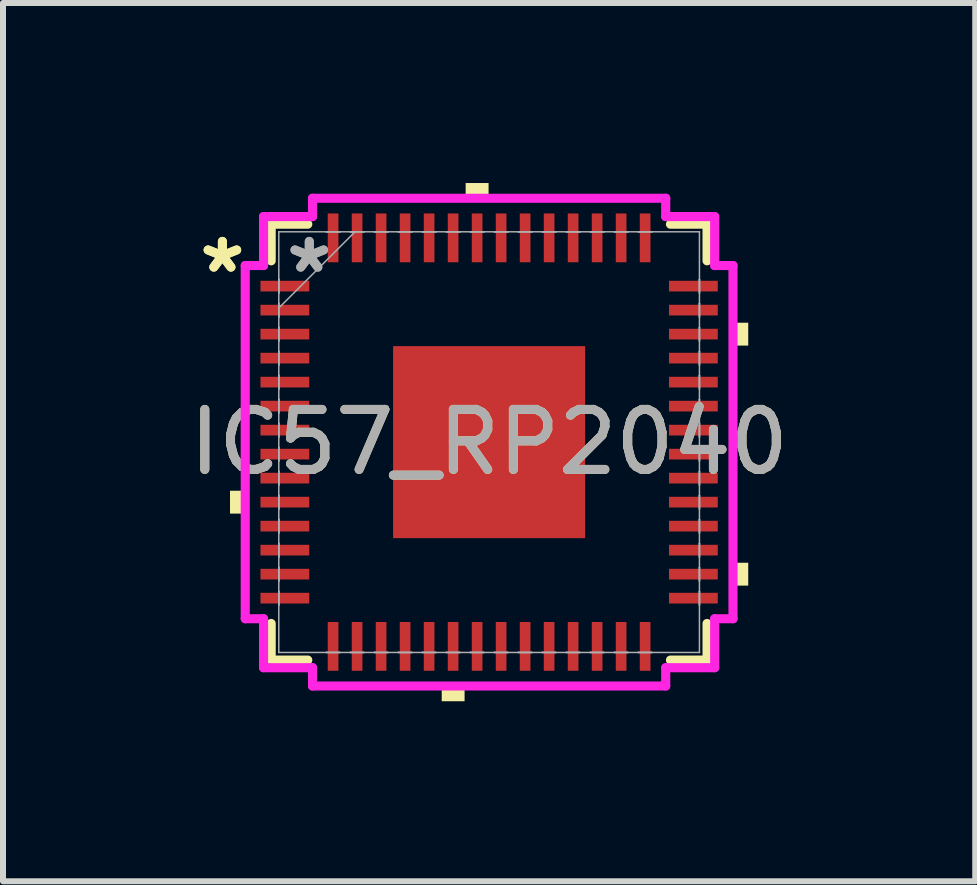
<source format=kicad_pcb>
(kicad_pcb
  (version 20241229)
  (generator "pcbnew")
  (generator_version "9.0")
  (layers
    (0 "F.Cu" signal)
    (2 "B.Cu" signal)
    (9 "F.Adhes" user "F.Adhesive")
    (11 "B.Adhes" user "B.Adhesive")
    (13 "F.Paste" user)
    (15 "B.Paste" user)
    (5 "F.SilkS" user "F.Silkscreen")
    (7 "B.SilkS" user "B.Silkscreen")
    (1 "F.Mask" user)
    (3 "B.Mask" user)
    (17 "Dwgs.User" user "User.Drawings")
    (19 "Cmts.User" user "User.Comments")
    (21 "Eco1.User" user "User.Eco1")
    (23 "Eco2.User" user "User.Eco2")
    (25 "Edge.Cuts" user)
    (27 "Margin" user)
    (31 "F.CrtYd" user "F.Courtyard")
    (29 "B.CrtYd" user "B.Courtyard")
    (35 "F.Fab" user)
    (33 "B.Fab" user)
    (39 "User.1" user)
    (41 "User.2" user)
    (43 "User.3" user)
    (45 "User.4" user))
  (footprint "IC57_RP2040"
    (layer "F.Cu")
    (at 5.101 4.318)
    (property "Reference" "IC57_RP2040" (at 0 0 0) (unlocked yes) (layer "F.SilkS") (effects (font (size 1 1) (thickness 0.15))))
    (attr smd)
    (fp_line (start -3.632 -3.632) (end -3.632 -3.022) (stroke (width 0.152) (type solid)) (layer "F.SilkS"))
    (fp_line (start -3.632 3.022) (end -3.632 3.632) (stroke (width 0.152) (type solid)) (layer "F.SilkS"))
    (fp_line (start -3.632 3.632) (end -3.022 3.632) (stroke (width 0.152) (type solid)) (layer "F.SilkS"))
    (fp_line (start -3.022 -3.632) (end -3.632 -3.632) (stroke (width 0.152) (type solid)) (layer "F.SilkS"))
    (fp_line (start 3.022 3.632) (end 3.632 3.632) (stroke (width 0.152) (type solid)) (layer "F.SilkS"))
    (fp_line (start 3.632 -3.632) (end 3.022 -3.632) (stroke (width 0.152) (type solid)) (layer "F.SilkS"))
    (fp_line (start 3.632 -3.022) (end 3.632 -3.632) (stroke (width 0.152) (type solid)) (layer "F.SilkS"))
    (fp_line (start 3.632 3.632) (end 3.632 3.022) (stroke (width 0.152) (type solid)) (layer "F.SilkS"))
    (fp_poly (pts (xy -4.318 0.81) (xy -4.318 1.191) (xy -4.064 1.191) (xy -4.064 0.81)) (stroke (width 0) (type solid)) (fill yes) (layer "F.SilkS"))
    (fp_poly (pts (xy -0.79 4.064) (xy -0.79 4.318) (xy -0.409 4.318) (xy -0.409 4.064)) (stroke (width 0) (type solid)) (fill yes) (layer "F.SilkS"))
    (fp_poly (pts (xy -0.391 -4.064) (xy -0.391 -4.318) (xy -0.009 -4.318) (xy -0.009 -4.064)) (stroke (width 0) (type solid)) (fill yes) (layer "F.SilkS"))
    (fp_poly (pts (xy 4.318 -1.99) (xy 4.318 -1.609) (xy 4.064 -1.609) (xy 4.064 -1.99)) (stroke (width 0) (type solid)) (fill yes) (layer "F.SilkS"))
    (fp_poly (pts (xy 4.318 2.01) (xy 4.318 2.391) (xy 4.064 2.391) (xy 4.064 2.01)) (stroke (width 0) (type solid)) (fill yes) (layer "F.SilkS"))
    (fp_poly (pts (xy -1.5 -1.5) (xy -1.5 -0.1) (xy -0.1 -0.1) (xy -0.1 -1.5)) (stroke (width 0) (type solid)) (fill yes) (layer "F.Paste"))
    (fp_poly (pts (xy -1.5 0.1) (xy -1.5 1.5) (xy -0.1 1.5) (xy -0.1 0.1)) (stroke (width 0) (type solid)) (fill yes) (layer "F.Paste"))
    (fp_poly (pts (xy 0.1 -1.5) (xy 0.1 -0.1) (xy 1.5 -0.1) (xy 1.5 -1.5)) (stroke (width 0) (type solid)) (fill yes) (layer "F.Paste"))
    (fp_poly (pts (xy 0.1 0.1) (xy 0.1 1.5) (xy 1.5 1.5) (xy 1.5 0.1)) (stroke (width 0) (type solid)) (fill yes) (layer "F.Paste"))
    (fp_line (start -4.064 -2.943) (end -3.759 -2.943) (stroke (width 0.152) (type solid)) (layer "F.CrtYd"))
    (fp_line (start -4.064 2.943) (end -4.064 -2.943) (stroke (width 0.152) (type solid)) (layer "F.CrtYd"))
    (fp_line (start -3.759 -3.759) (end -2.943 -3.759) (stroke (width 0.152) (type solid)) (layer "F.CrtYd"))
    (fp_line (start -3.759 -2.943) (end -3.759 -3.759) (stroke (width 0.152) (type solid)) (layer "F.CrtYd"))
    (fp_line (start -3.759 2.943) (end -4.064 2.943) (stroke (width 0.152) (type solid)) (layer "F.CrtYd"))
    (fp_line (start -3.759 3.759) (end -3.759 2.943) (stroke (width 0.152) (type solid)) (layer "F.CrtYd"))
    (fp_line (start -2.943 -4.064) (end 2.943 -4.064) (stroke (width 0.152) (type solid)) (layer "F.CrtYd"))
    (fp_line (start -2.943 -3.759) (end -2.943 -4.064) (stroke (width 0.152) (type solid)) (layer "F.CrtYd"))
    (fp_line (start -2.943 3.759) (end -3.759 3.759) (stroke (width 0.152) (type solid)) (layer "F.CrtYd"))
    (fp_line (start -2.943 4.064) (end -2.943 3.759) (stroke (width 0.152) (type solid)) (layer "F.CrtYd"))
    (fp_line (start 2.943 -4.064) (end 2.943 -3.759) (stroke (width 0.152) (type solid)) (layer "F.CrtYd"))
    (fp_line (start 2.943 -3.759) (end 3.759 -3.759) (stroke (width 0.152) (type solid)) (layer "F.CrtYd"))
    (fp_line (start 2.943 3.759) (end 2.943 4.064) (stroke (width 0.152) (type solid)) (layer "F.CrtYd"))
    (fp_line (start 2.943 4.064) (end -2.943 4.064) (stroke (width 0.152) (type solid)) (layer "F.CrtYd"))
    (fp_line (start 3.759 -3.759) (end 3.759 -2.943) (stroke (width 0.152) (type solid)) (layer "F.CrtYd"))
    (fp_line (start 3.759 -2.943) (end 4.064 -2.943) (stroke (width 0.152) (type solid)) (layer "F.CrtYd"))
    (fp_line (start 3.759 2.943) (end 3.759 3.759) (stroke (width 0.152) (type solid)) (layer "F.CrtYd"))
    (fp_line (start 3.759 3.759) (end 2.943 3.759) (stroke (width 0.152) (type solid)) (layer "F.CrtYd"))
    (fp_line (start 4.064 -2.943) (end 4.064 2.943) (stroke (width 0.152) (type solid)) (layer "F.CrtYd"))
    (fp_line (start 4.064 2.943) (end 3.759 2.943) (stroke (width 0.152) (type solid)) (layer "F.CrtYd"))
    (fp_line (start -3.505 -3.505) (end -3.505 -3.505) (stroke (width 0.025) (type solid)) (layer "F.Fab"))
    (fp_line (start -3.505 -3.505) (end -3.505 3.505) (stroke (width 0.025) (type solid)) (layer "F.Fab"))
    (fp_line (start -3.505 -2.714) (end -3.505 -2.714) (stroke (width 0.025) (type solid)) (layer "F.Fab"))
    (fp_line (start -3.505 -2.714) (end -3.505 -2.486) (stroke (width 0.025) (type solid)) (layer "F.Fab"))
    (fp_line (start -3.505 -2.486) (end -3.505 -2.714) (stroke (width 0.025) (type solid)) (layer "F.Fab"))
    (fp_line (start -3.505 -2.486) (end -3.505 -2.486) (stroke (width 0.025) (type solid)) (layer "F.Fab"))
    (fp_line (start -3.505 -2.314) (end -3.505 -2.314) (stroke (width 0.025) (type solid)) (layer "F.Fab"))
    (fp_line (start -3.505 -2.314) (end -3.505 -2.086) (stroke (width 0.025) (type solid)) (layer "F.Fab"))
    (fp_line (start -3.505 -2.235) (end -2.235 -3.505) (stroke (width 0.025) (type solid)) (layer "F.Fab"))
    (fp_line (start -3.505 -2.086) (end -3.505 -2.314) (stroke (width 0.025) (type solid)) (layer "F.Fab"))
    (fp_line (start -3.505 -2.086) (end -3.505 -2.086) (stroke (width 0.025) (type solid)) (layer "F.Fab"))
    (fp_line (start -3.505 -1.914) (end -3.505 -1.914) (stroke (width 0.025) (type solid)) (layer "F.Fab"))
    (fp_line (start -3.505 -1.914) (end -3.505 -1.686) (stroke (width 0.025) (type solid)) (layer "F.Fab"))
    (fp_line (start -3.505 -1.686) (end -3.505 -1.914) (stroke (width 0.025) (type solid)) (layer "F.Fab"))
    (fp_line (start -3.505 -1.686) (end -3.505 -1.686) (stroke (width 0.025) (type solid)) (layer "F.Fab"))
    (fp_line (start -3.505 -1.514) (end -3.505 -1.514) (stroke (width 0.025) (type solid)) (layer "F.Fab"))
    (fp_line (start -3.505 -1.514) (end -3.505 -1.286) (stroke (width 0.025) (type solid)) (layer "F.Fab"))
    (fp_line (start -3.505 -1.286) (end -3.505 -1.514) (stroke (width 0.025) (type solid)) (layer "F.Fab"))
    (fp_line (start -3.505 -1.286) (end -3.505 -1.286) (stroke (width 0.025) (type solid)) (layer "F.Fab"))
    (fp_line (start -3.505 -1.114) (end -3.505 -1.114) (stroke (width 0.025) (type solid)) (layer "F.Fab"))
    (fp_line (start -3.505 -1.114) (end -3.505 -0.886) (stroke (width 0.025) (type solid)) (layer "F.Fab"))
    (fp_line (start -3.505 -0.886) (end -3.505 -1.114) (stroke (width 0.025) (type solid)) (layer "F.Fab"))
    (fp_line (start -3.505 -0.886) (end -3.505 -0.886) (stroke (width 0.025) (type solid)) (layer "F.Fab"))
    (fp_line (start -3.505 -0.714) (end -3.505 -0.714) (stroke (width 0.025) (type solid)) (layer "F.Fab"))
    (fp_line (start -3.505 -0.714) (end -3.505 -0.486) (stroke (width 0.025) (type solid)) (layer "F.Fab"))
    (fp_line (start -3.505 -0.486) (end -3.505 -0.714) (stroke (width 0.025) (type solid)) (layer "F.Fab"))
    (fp_line (start -3.505 -0.486) (end -3.505 -0.486) (stroke (width 0.025) (type solid)) (layer "F.Fab"))
    (fp_line (start -3.505 -0.314) (end -3.505 -0.314) (stroke (width 0.025) (type solid)) (layer "F.Fab"))
    (fp_line (start -3.505 -0.314) (end -3.505 -0.086) (stroke (width 0.025) (type solid)) (layer "F.Fab"))
    (fp_line (start -3.505 -0.086) (end -3.505 -0.314) (stroke (width 0.025) (type solid)) (layer "F.Fab"))
    (fp_line (start -3.505 -0.086) (end -3.505 -0.086) (stroke (width 0.025) (type solid)) (layer "F.Fab"))
    (fp_line (start -3.505 0.086) (end -3.505 0.086) (stroke (width 0.025) (type solid)) (layer "F.Fab"))
    (fp_line (start -3.505 0.086) (end -3.505 0.314) (stroke (width 0.025) (type solid)) (layer "F.Fab"))
    (fp_line (start -3.505 0.314) (end -3.505 0.086) (stroke (width 0.025) (type solid)) (layer "F.Fab"))
    (fp_line (start -3.505 0.314) (end -3.505 0.314) (stroke (width 0.025) (type solid)) (layer "F.Fab"))
    (fp_line (start -3.505 0.486) (end -3.505 0.486) (stroke (width 0.025) (type solid)) (layer "F.Fab"))
    (fp_line (start -3.505 0.486) (end -3.505 0.714) (stroke (width 0.025) (type solid)) (layer "F.Fab"))
    (fp_line (start -3.505 0.714) (end -3.505 0.486) (stroke (width 0.025) (type solid)) (layer "F.Fab"))
    (fp_line (start -3.505 0.714) (end -3.505 0.714) (stroke (width 0.025) (type solid)) (layer "F.Fab"))
    (fp_line (start -3.505 0.886) (end -3.505 0.886) (stroke (width 0.025) (type solid)) (layer "F.Fab"))
    (fp_line (start -3.505 0.886) (end -3.505 1.114) (stroke (width 0.025) (type solid)) (layer "F.Fab"))
    (fp_line (start -3.505 1.114) (end -3.505 0.886) (stroke (width 0.025) (type solid)) (layer "F.Fab"))
    (fp_line (start -3.505 1.114) (end -3.505 1.114) (stroke (width 0.025) (type solid)) (layer "F.Fab"))
    (fp_line (start -3.505 1.286) (end -3.505 1.286) (stroke (width 0.025) (type solid)) (layer "F.Fab"))
    (fp_line (start -3.505 1.286) (end -3.505 1.514) (stroke (width 0.025) (type solid)) (layer "F.Fab"))
    (fp_line (start -3.505 1.514) (end -3.505 1.286) (stroke (width 0.025) (type solid)) (layer "F.Fab"))
    (fp_line (start -3.505 1.514) (end -3.505 1.514) (stroke (width 0.025) (type solid)) (layer "F.Fab"))
    (fp_line (start -3.505 1.686) (end -3.505 1.686) (stroke (width 0.025) (type solid)) (layer "F.Fab"))
    (fp_line (start -3.505 1.686) (end -3.505 1.914) (stroke (width 0.025) (type solid)) (layer "F.Fab"))
    (fp_line (start -3.505 1.914) (end -3.505 1.686) (stroke (width 0.025) (type solid)) (layer "F.Fab"))
    (fp_line (start -3.505 1.914) (end -3.505 1.914) (stroke (width 0.025) (type solid)) (layer "F.Fab"))
    (fp_line (start -3.505 2.086) (end -3.505 2.086) (stroke (width 0.025) (type solid)) (layer "F.Fab"))
    (fp_line (start -3.505 2.086) (end -3.505 2.314) (stroke (width 0.025) (type solid)) (layer "F.Fab"))
    (fp_line (start -3.505 2.314) (end -3.505 2.086) (stroke (width 0.025) (type solid)) (layer "F.Fab"))
    (fp_line (start -3.505 2.314) (end -3.505 2.314) (stroke (width 0.025) (type solid)) (layer "F.Fab"))
    (fp_line (start -3.505 2.486) (end -3.505 2.486) (stroke (width 0.025) (type solid)) (layer "F.Fab"))
    (fp_line (start -3.505 2.486) (end -3.505 2.714) (stroke (width 0.025) (type solid)) (layer "F.Fab"))
    (fp_line (start -3.505 2.714) (end -3.505 2.486) (stroke (width 0.025) (type solid)) (layer "F.Fab"))
    (fp_line (start -3.505 2.714) (end -3.505 2.714) (stroke (width 0.025) (type solid)) (layer "F.Fab"))
    (fp_line (start -3.505 3.505) (end -3.505 3.505) (stroke (width 0.025) (type solid)) (layer "F.Fab"))
    (fp_line (start -3.505 3.505) (end 3.505 3.505) (stroke (width 0.025) (type solid)) (layer "F.Fab"))
    (fp_line (start -2.714 -3.505) (end -2.714 -3.505) (stroke (width 0.025) (type solid)) (layer "F.Fab"))
    (fp_line (start -2.714 -3.505) (end -2.486 -3.505) (stroke (width 0.025) (type solid)) (layer "F.Fab"))
    (fp_line (start -2.714 3.505) (end -2.714 3.505) (stroke (width 0.025) (type solid)) (layer "F.Fab"))
    (fp_line (start -2.714 3.505) (end -2.486 3.505) (stroke (width 0.025) (type solid)) (layer "F.Fab"))
    (fp_line (start -2.486 -3.505) (end -2.714 -3.505) (stroke (width 0.025) (type solid)) (layer "F.Fab"))
    (fp_line (start -2.486 -3.505) (end -2.486 -3.505) (stroke (width 0.025) (type solid)) (layer "F.Fab"))
    (fp_line (start -2.486 3.505) (end -2.714 3.505) (stroke (width 0.025) (type solid)) (layer "F.Fab"))
    (fp_line (start -2.486 3.505) (end -2.486 3.505) (stroke (width 0.025) (type solid)) (layer "F.Fab"))
    (fp_line (start -2.314 -3.505) (end -2.314 -3.505) (stroke (width 0.025) (type solid)) (layer "F.Fab"))
    (fp_line (start -2.314 -3.505) (end -2.086 -3.505) (stroke (width 0.025) (type solid)) (layer "F.Fab"))
    (fp_line (start -2.314 3.505) (end -2.314 3.505) (stroke (width 0.025) (type solid)) (layer "F.Fab"))
    (fp_line (start -2.314 3.505) (end -2.086 3.505) (stroke (width 0.025) (type solid)) (layer "F.Fab"))
    (fp_line (start -2.086 -3.505) (end -2.314 -3.505) (stroke (width 0.025) (type solid)) (layer "F.Fab"))
    (fp_line (start -2.086 -3.505) (end -2.086 -3.505) (stroke (width 0.025) (type solid)) (layer "F.Fab"))
    (fp_line (start -2.086 3.505) (end -2.314 3.505) (stroke (width 0.025) (type solid)) (layer "F.Fab"))
    (fp_line (start -2.086 3.505) (end -2.086 3.505) (stroke (width 0.025) (type solid)) (layer "F.Fab"))
    (fp_line (start -1.914 -3.505) (end -1.914 -3.505) (stroke (width 0.025) (type solid)) (layer "F.Fab"))
    (fp_line (start -1.914 -3.505) (end -1.686 -3.505) (stroke (width 0.025) (type solid)) (layer "F.Fab"))
    (fp_line (start -1.914 3.505) (end -1.914 3.505) (stroke (width 0.025) (type solid)) (layer "F.Fab"))
    (fp_line (start -1.914 3.505) (end -1.686 3.505) (stroke (width 0.025) (type solid)) (layer "F.Fab"))
    (fp_line (start -1.686 -3.505) (end -1.914 -3.505) (stroke (width 0.025) (type solid)) (layer "F.Fab"))
    (fp_line (start -1.686 -3.505) (end -1.686 -3.505) (stroke (width 0.025) (type solid)) (layer "F.Fab"))
    (fp_line (start -1.686 3.505) (end -1.914 3.505) (stroke (width 0.025) (type solid)) (layer "F.Fab"))
    (fp_line (start -1.686 3.505) (end -1.686 3.505) (stroke (width 0.025) (type solid)) (layer "F.Fab"))
    (fp_line (start -1.514 -3.505) (end -1.514 -3.505) (stroke (width 0.025) (type solid)) (layer "F.Fab"))
    (fp_line (start -1.514 -3.505) (end -1.286 -3.505) (stroke (width 0.025) (type solid)) (layer "F.Fab"))
    (fp_line (start -1.514 3.505) (end -1.514 3.505) (stroke (width 0.025) (type solid)) (layer "F.Fab"))
    (fp_line (start -1.514 3.505) (end -1.286 3.505) (stroke (width 0.025) (type solid)) (layer "F.Fab"))
    (fp_line (start -1.286 -3.505) (end -1.514 -3.505) (stroke (width 0.025) (type solid)) (layer "F.Fab"))
    (fp_line (start -1.286 -3.505) (end -1.286 -3.505) (stroke (width 0.025) (type solid)) (layer "F.Fab"))
    (fp_line (start -1.286 3.505) (end -1.514 3.505) (stroke (width 0.025) (type solid)) (layer "F.Fab"))
    (fp_line (start -1.286 3.505) (end -1.286 3.505) (stroke (width 0.025) (type solid)) (layer "F.Fab"))
    (fp_line (start -1.114 -3.505) (end -1.114 -3.505) (stroke (width 0.025) (type solid)) (layer "F.Fab"))
    (fp_line (start -1.114 -3.505) (end -0.886 -3.505) (stroke (width 0.025) (type solid)) (layer "F.Fab"))
    (fp_line (start -1.114 3.505) (end -1.114 3.505) (stroke (width 0.025) (type solid)) (layer "F.Fab"))
    (fp_line (start -1.114 3.505) (end -0.886 3.505) (stroke (width 0.025) (type solid)) (layer "F.Fab"))
    (fp_line (start -0.886 -3.505) (end -1.114 -3.505) (stroke (width 0.025) (type solid)) (layer "F.Fab"))
    (fp_line (start -0.886 -3.505) (end -0.886 -3.505) (stroke (width 0.025) (type solid)) (layer "F.Fab"))
    (fp_line (start -0.886 3.505) (end -1.114 3.505) (stroke (width 0.025) (type solid)) (layer "F.Fab"))
    (fp_line (start -0.886 3.505) (end -0.886 3.505) (stroke (width 0.025) (type solid)) (layer "F.Fab"))
    (fp_line (start -0.714 -3.505) (end -0.714 -3.505) (stroke (width 0.025) (type solid)) (layer "F.Fab"))
    (fp_line (start -0.714 -3.505) (end -0.486 -3.505) (stroke (width 0.025) (type solid)) (layer "F.Fab"))
    (fp_line (start -0.714 3.505) (end -0.714 3.505) (stroke (width 0.025) (type solid)) (layer "F.Fab"))
    (fp_line (start -0.714 3.505) (end -0.486 3.505) (stroke (width 0.025) (type solid)) (layer "F.Fab"))
    (fp_line (start -0.486 -3.505) (end -0.714 -3.505) (stroke (width 0.025) (type solid)) (layer "F.Fab"))
    (fp_line (start -0.486 -3.505) (end -0.486 -3.505) (stroke (width 0.025) (type solid)) (layer "F.Fab"))
    (fp_line (start -0.486 3.505) (end -0.714 3.505) (stroke (width 0.025) (type solid)) (layer "F.Fab"))
    (fp_line (start -0.486 3.505) (end -0.486 3.505) (stroke (width 0.025) (type solid)) (layer "F.Fab"))
    (fp_line (start -0.314 -3.505) (end -0.314 -3.505) (stroke (width 0.025) (type solid)) (layer "F.Fab"))
    (fp_line (start -0.314 -3.505) (end -0.086 -3.505) (stroke (width 0.025) (type solid)) (layer "F.Fab"))
    (fp_line (start -0.314 3.505) (end -0.314 3.505) (stroke (width 0.025) (type solid)) (layer "F.Fab"))
    (fp_line (start -0.314 3.505) (end -0.086 3.505) (stroke (width 0.025) (type solid)) (layer "F.Fab"))
    (fp_line (start -0.086 -3.505) (end -0.314 -3.505) (stroke (width 0.025) (type solid)) (layer "F.Fab"))
    (fp_line (start -0.086 -3.505) (end -0.086 -3.505) (stroke (width 0.025) (type solid)) (layer "F.Fab"))
    (fp_line (start -0.086 3.505) (end -0.314 3.505) (stroke (width 0.025) (type solid)) (layer "F.Fab"))
    (fp_line (start -0.086 3.505) (end -0.086 3.505) (stroke (width 0.025) (type solid)) (layer "F.Fab"))
    (fp_line (start 0.086 -3.505) (end 0.086 -3.505) (stroke (width 0.025) (type solid)) (layer "F.Fab"))
    (fp_line (start 0.086 -3.505) (end 0.314 -3.505) (stroke (width 0.025) (type solid)) (layer "F.Fab"))
    (fp_line (start 0.086 3.505) (end 0.086 3.505) (stroke (width 0.025) (type solid)) (layer "F.Fab"))
    (fp_line (start 0.086 3.505) (end 0.314 3.505) (stroke (width 0.025) (type solid)) (layer "F.Fab"))
    (fp_line (start 0.314 -3.505) (end 0.086 -3.505) (stroke (width 0.025) (type solid)) (layer "F.Fab"))
    (fp_line (start 0.314 -3.505) (end 0.314 -3.505) (stroke (width 0.025) (type solid)) (layer "F.Fab"))
    (fp_line (start 0.314 3.505) (end 0.086 3.505) (stroke (width 0.025) (type solid)) (layer "F.Fab"))
    (fp_line (start 0.314 3.505) (end 0.314 3.505) (stroke (width 0.025) (type solid)) (layer "F.Fab"))
    (fp_line (start 0.486 -3.505) (end 0.486 -3.505) (stroke (width 0.025) (type solid)) (layer "F.Fab"))
    (fp_line (start 0.486 -3.505) (end 0.714 -3.505) (stroke (width 0.025) (type solid)) (layer "F.Fab"))
    (fp_line (start 0.486 3.505) (end 0.486 3.505) (stroke (width 0.025) (type solid)) (layer "F.Fab"))
    (fp_line (start 0.486 3.505) (end 0.714 3.505) (stroke (width 0.025) (type solid)) (layer "F.Fab"))
    (fp_line (start 0.714 -3.505) (end 0.486 -3.505) (stroke (width 0.025) (type solid)) (layer "F.Fab"))
    (fp_line (start 0.714 -3.505) (end 0.714 -3.505) (stroke (width 0.025) (type solid)) (layer "F.Fab"))
    (fp_line (start 0.714 3.505) (end 0.486 3.505) (stroke (width 0.025) (type solid)) (layer "F.Fab"))
    (fp_line (start 0.714 3.505) (end 0.714 3.505) (stroke (width 0.025) (type solid)) (layer "F.Fab"))
    (fp_line (start 0.886 -3.505) (end 0.886 -3.505) (stroke (width 0.025) (type solid)) (layer "F.Fab"))
    (fp_line (start 0.886 -3.505) (end 1.114 -3.505) (stroke (width 0.025) (type solid)) (layer "F.Fab"))
    (fp_line (start 0.886 3.505) (end 0.886 3.505) (stroke (width 0.025) (type solid)) (layer "F.Fab"))
    (fp_line (start 0.886 3.505) (end 1.114 3.505) (stroke (width 0.025) (type solid)) (layer "F.Fab"))
    (fp_line (start 1.114 -3.505) (end 0.886 -3.505) (stroke (width 0.025) (type solid)) (layer "F.Fab"))
    (fp_line (start 1.114 -3.505) (end 1.114 -3.505) (stroke (width 0.025) (type solid)) (layer "F.Fab"))
    (fp_line (start 1.114 3.505) (end 0.886 3.505) (stroke (width 0.025) (type solid)) (layer "F.Fab"))
    (fp_line (start 1.114 3.505) (end 1.114 3.505) (stroke (width 0.025) (type solid)) (layer "F.Fab"))
    (fp_line (start 1.286 -3.505) (end 1.286 -3.505) (stroke (width 0.025) (type solid)) (layer "F.Fab"))
    (fp_line (start 1.286 -3.505) (end 1.514 -3.505) (stroke (width 0.025) (type solid)) (layer "F.Fab"))
    (fp_line (start 1.286 3.505) (end 1.286 3.505) (stroke (width 0.025) (type solid)) (layer "F.Fab"))
    (fp_line (start 1.286 3.505) (end 1.514 3.505) (stroke (width 0.025) (type solid)) (layer "F.Fab"))
    (fp_line (start 1.514 -3.505) (end 1.286 -3.505) (stroke (width 0.025) (type solid)) (layer "F.Fab"))
    (fp_line (start 1.514 -3.505) (end 1.514 -3.505) (stroke (width 0.025) (type solid)) (layer "F.Fab"))
    (fp_line (start 1.514 3.505) (end 1.286 3.505) (stroke (width 0.025) (type solid)) (layer "F.Fab"))
    (fp_line (start 1.514 3.505) (end 1.514 3.505) (stroke (width 0.025) (type solid)) (layer "F.Fab"))
    (fp_line (start 1.686 -3.505) (end 1.686 -3.505) (stroke (width 0.025) (type solid)) (layer "F.Fab"))
    (fp_line (start 1.686 -3.505) (end 1.914 -3.505) (stroke (width 0.025) (type solid)) (layer "F.Fab"))
    (fp_line (start 1.686 3.505) (end 1.686 3.505) (stroke (width 0.025) (type solid)) (layer "F.Fab"))
    (fp_line (start 1.686 3.505) (end 1.914 3.505) (stroke (width 0.025) (type solid)) (layer "F.Fab"))
    (fp_line (start 1.914 -3.505) (end 1.686 -3.505) (stroke (width 0.025) (type solid)) (layer "F.Fab"))
    (fp_line (start 1.914 -3.505) (end 1.914 -3.505) (stroke (width 0.025) (type solid)) (layer "F.Fab"))
    (fp_line (start 1.914 3.505) (end 1.686 3.505) (stroke (width 0.025) (type solid)) (layer "F.Fab"))
    (fp_line (start 1.914 3.505) (end 1.914 3.505) (stroke (width 0.025) (type solid)) (layer "F.Fab"))
    (fp_line (start 2.086 -3.505) (end 2.086 -3.505) (stroke (width 0.025) (type solid)) (layer "F.Fab"))
    (fp_line (start 2.086 -3.505) (end 2.314 -3.505) (stroke (width 0.025) (type solid)) (layer "F.Fab"))
    (fp_line (start 2.086 3.505) (end 2.086 3.505) (stroke (width 0.025) (type solid)) (layer "F.Fab"))
    (fp_line (start 2.086 3.505) (end 2.314 3.505) (stroke (width 0.025) (type solid)) (layer "F.Fab"))
    (fp_line (start 2.314 -3.505) (end 2.086 -3.505) (stroke (width 0.025) (type solid)) (layer "F.Fab"))
    (fp_line (start 2.314 -3.505) (end 2.314 -3.505) (stroke (width 0.025) (type solid)) (layer "F.Fab"))
    (fp_line (start 2.314 3.505) (end 2.086 3.505) (stroke (width 0.025) (type solid)) (layer "F.Fab"))
    (fp_line (start 2.314 3.505) (end 2.314 3.505) (stroke (width 0.025) (type solid)) (layer "F.Fab"))
    (fp_line (start 2.486 -3.505) (end 2.486 -3.505) (stroke (width 0.025) (type solid)) (layer "F.Fab"))
    (fp_line (start 2.486 -3.505) (end 2.714 -3.505) (stroke (width 0.025) (type solid)) (layer "F.Fab"))
    (fp_line (start 2.486 3.505) (end 2.486 3.505) (stroke (width 0.025) (type solid)) (layer "F.Fab"))
    (fp_line (start 2.486 3.505) (end 2.714 3.505) (stroke (width 0.025) (type solid)) (layer "F.Fab"))
    (fp_line (start 2.714 -3.505) (end 2.486 -3.505) (stroke (width 0.025) (type solid)) (layer "F.Fab"))
    (fp_line (start 2.714 -3.505) (end 2.714 -3.505) (stroke (width 0.025) (type solid)) (layer "F.Fab"))
    (fp_line (start 2.714 3.505) (end 2.486 3.505) (stroke (width 0.025) (type solid)) (layer "F.Fab"))
    (fp_line (start 2.714 3.505) (end 2.714 3.505) (stroke (width 0.025) (type solid)) (layer "F.Fab"))
    (fp_line (start 3.505 -3.505) (end -3.505 -3.505) (stroke (width 0.025) (type solid)) (layer "F.Fab"))
    (fp_line (start 3.505 -3.505) (end 3.505 -3.505) (stroke (width 0.025) (type solid)) (layer "F.Fab"))
    (fp_line (start 3.505 -2.714) (end 3.505 -2.714) (stroke (width 0.025) (type solid)) (layer "F.Fab"))
    (fp_line (start 3.505 -2.714) (end 3.505 -2.486) (stroke (width 0.025) (type solid)) (layer "F.Fab"))
    (fp_line (start 3.505 -2.486) (end 3.505 -2.714) (stroke (width 0.025) (type solid)) (layer "F.Fab"))
    (fp_line (start 3.505 -2.486) (end 3.505 -2.486) (stroke (width 0.025) (type solid)) (layer "F.Fab"))
    (fp_line (start 3.505 -2.314) (end 3.505 -2.314) (stroke (width 0.025) (type solid)) (layer "F.Fab"))
    (fp_line (start 3.505 -2.314) (end 3.505 -2.086) (stroke (width 0.025) (type solid)) (layer "F.Fab"))
    (fp_line (start 3.505 -2.086) (end 3.505 -2.314) (stroke (width 0.025) (type solid)) (layer "F.Fab"))
    (fp_line (start 3.505 -2.086) (end 3.505 -2.086) (stroke (width 0.025) (type solid)) (layer "F.Fab"))
    (fp_line (start 3.505 -1.914) (end 3.505 -1.914) (stroke (width 0.025) (type solid)) (layer "F.Fab"))
    (fp_line (start 3.505 -1.914) (end 3.505 -1.686) (stroke (width 0.025) (type solid)) (layer "F.Fab"))
    (fp_line (start 3.505 -1.686) (end 3.505 -1.914) (stroke (width 0.025) (type solid)) (layer "F.Fab"))
    (fp_line (start 3.505 -1.686) (end 3.505 -1.686) (stroke (width 0.025) (type solid)) (layer "F.Fab"))
    (fp_line (start 3.505 -1.514) (end 3.505 -1.514) (stroke (width 0.025) (type solid)) (layer "F.Fab"))
    (fp_line (start 3.505 -1.514) (end 3.505 -1.286) (stroke (width 0.025) (type solid)) (layer "F.Fab"))
    (fp_line (start 3.505 -1.286) (end 3.505 -1.514) (stroke (width 0.025) (type solid)) (layer "F.Fab"))
    (fp_line (start 3.505 -1.286) (end 3.505 -1.286) (stroke (width 0.025) (type solid)) (layer "F.Fab"))
    (fp_line (start 3.505 -1.114) (end 3.505 -1.114) (stroke (width 0.025) (type solid)) (layer "F.Fab"))
    (fp_line (start 3.505 -1.114) (end 3.505 -0.886) (stroke (width 0.025) (type solid)) (layer "F.Fab"))
    (fp_line (start 3.505 -0.886) (end 3.505 -1.114) (stroke (width 0.025) (type solid)) (layer "F.Fab"))
    (fp_line (start 3.505 -0.886) (end 3.505 -0.886) (stroke (width 0.025) (type solid)) (layer "F.Fab"))
    (fp_line (start 3.505 -0.714) (end 3.505 -0.714) (stroke (width 0.025) (type solid)) (layer "F.Fab"))
    (fp_line (start 3.505 -0.714) (end 3.505 -0.486) (stroke (width 0.025) (type solid)) (layer "F.Fab"))
    (fp_line (start 3.505 -0.486) (end 3.505 -0.714) (stroke (width 0.025) (type solid)) (layer "F.Fab"))
    (fp_line (start 3.505 -0.486) (end 3.505 -0.486) (stroke (width 0.025) (type solid)) (layer "F.Fab"))
    (fp_line (start 3.505 -0.314) (end 3.505 -0.314) (stroke (width 0.025) (type solid)) (layer "F.Fab"))
    (fp_line (start 3.505 -0.314) (end 3.505 -0.086) (stroke (width 0.025) (type solid)) (layer "F.Fab"))
    (fp_line (start 3.505 -0.086) (end 3.505 -0.314) (stroke (width 0.025) (type solid)) (layer "F.Fab"))
    (fp_line (start 3.505 -0.086) (end 3.505 -0.086) (stroke (width 0.025) (type solid)) (layer "F.Fab"))
    (fp_line (start 3.505 0.086) (end 3.505 0.086) (stroke (width 0.025) (type solid)) (layer "F.Fab"))
    (fp_line (start 3.505 0.086) (end 3.505 0.314) (stroke (width 0.025) (type solid)) (layer "F.Fab"))
    (fp_line (start 3.505 0.314) (end 3.505 0.086) (stroke (width 0.025) (type solid)) (layer "F.Fab"))
    (fp_line (start 3.505 0.314) (end 3.505 0.314) (stroke (width 0.025) (type solid)) (layer "F.Fab"))
    (fp_line (start 3.505 0.486) (end 3.505 0.486) (stroke (width 0.025) (type solid)) (layer "F.Fab"))
    (fp_line (start 3.505 0.486) (end 3.505 0.714) (stroke (width 0.025) (type solid)) (layer "F.Fab"))
    (fp_line (start 3.505 0.714) (end 3.505 0.486) (stroke (width 0.025) (type solid)) (layer "F.Fab"))
    (fp_line (start 3.505 0.714) (end 3.505 0.714) (stroke (width 0.025) (type solid)) (layer "F.Fab"))
    (fp_line (start 3.505 0.886) (end 3.505 0.886) (stroke (width 0.025) (type solid)) (layer "F.Fab"))
    (fp_line (start 3.505 0.886) (end 3.505 1.114) (stroke (width 0.025) (type solid)) (layer "F.Fab"))
    (fp_line (start 3.505 1.114) (end 3.505 0.886) (stroke (width 0.025) (type solid)) (layer "F.Fab"))
    (fp_line (start 3.505 1.114) (end 3.505 1.114) (stroke (width 0.025) (type solid)) (layer "F.Fab"))
    (fp_line (start 3.505 1.286) (end 3.505 1.286) (stroke (width 0.025) (type solid)) (layer "F.Fab"))
    (fp_line (start 3.505 1.286) (end 3.505 1.514) (stroke (width 0.025) (type solid)) (layer "F.Fab"))
    (fp_line (start 3.505 1.514) (end 3.505 1.286) (stroke (width 0.025) (type solid)) (layer "F.Fab"))
    (fp_line (start 3.505 1.514) (end 3.505 1.514) (stroke (width 0.025) (type solid)) (layer "F.Fab"))
    (fp_line (start 3.505 1.686) (end 3.505 1.686) (stroke (width 0.025) (type solid)) (layer "F.Fab"))
    (fp_line (start 3.505 1.686) (end 3.505 1.914) (stroke (width 0.025) (type solid)) (layer "F.Fab"))
    (fp_line (start 3.505 1.914) (end 3.505 1.686) (stroke (width 0.025) (type solid)) (layer "F.Fab"))
    (fp_line (start 3.505 1.914) (end 3.505 1.914) (stroke (width 0.025) (type solid)) (layer "F.Fab"))
    (fp_line (start 3.505 2.086) (end 3.505 2.086) (stroke (width 0.025) (type solid)) (layer "F.Fab"))
    (fp_line (start 3.505 2.086) (end 3.505 2.314) (stroke (width 0.025) (type solid)) (layer "F.Fab"))
    (fp_line (start 3.505 2.314) (end 3.505 2.086) (stroke (width 0.025) (type solid)) (layer "F.Fab"))
    (fp_line (start 3.505 2.314) (end 3.505 2.314) (stroke (width 0.025) (type solid)) (layer "F.Fab"))
    (fp_line (start 3.505 2.486) (end 3.505 2.486) (stroke (width 0.025) (type solid)) (layer "F.Fab"))
    (fp_line (start 3.505 2.486) (end 3.505 2.714) (stroke (width 0.025) (type solid)) (layer "F.Fab"))
    (fp_line (start 3.505 2.714) (end 3.505 2.486) (stroke (width 0.025) (type solid)) (layer "F.Fab"))
    (fp_line (start 3.505 2.714) (end 3.505 2.714) (stroke (width 0.025) (type solid)) (layer "F.Fab"))
    (fp_line (start 3.505 3.505) (end 3.505 -3.505) (stroke (width 0.025) (type solid)) (layer "F.Fab"))
    (fp_line (start 3.505 3.505) (end 3.505 3.505) (stroke (width 0.025) (type solid)) (layer "F.Fab"))
    (fp_text user "*" (at -4.445 -2.8 0) (unlocked yes) (layer "F.SilkS") (effects (font (size 1 1) (thickness 0.15))))
    (fp_text user "*" (at -4.445 -2.8 0) (layer "F.SilkS") (effects (font (size 1 1) (thickness 0.15))))
    (fp_text user "${REFERENCE}" (at 0 0 0) (unlocked yes) (layer "F.Fab") (effects (font (size 1 1) (thickness 0.15))))
    (fp_text user "*" (at -2.997 -2.8 0) (unlocked yes) (layer "F.Fab") (effects (font (size 1 1) (thickness 0.15))))
    (fp_text user "*" (at -2.997 -2.8 0) (layer "F.Fab") (effects (font (size 1 1) (thickness 0.15))))
    (pad "1" smd rect (at -3.404 -2.6 90) (size 0.178 0.813) (layers "F.Cu" "F.Mask" "F.Paste"))
    (pad "2" smd rect (at -3.404 -2.2 90) (size 0.178 0.813) (layers "F.Cu" "F.Mask" "F.Paste"))
    (pad "3" smd rect (at -3.404 -1.8 90) (size 0.178 0.813) (layers "F.Cu" "F.Mask" "F.Paste"))
    (pad "4" smd rect (at -3.404 -1.4 90) (size 0.178 0.813) (layers "F.Cu" "F.Mask" "F.Paste"))
    (pad "5" smd rect (at -3.404 -1 90) (size 0.178 0.813) (layers "F.Cu" "F.Mask" "F.Paste"))
    (pad "6" smd rect (at -3.404 -0.6 90) (size 0.178 0.813) (layers "F.Cu" "F.Mask" "F.Paste"))
    (pad "7" smd rect (at -3.404 -0.2 90) (size 0.178 0.813) (layers "F.Cu" "F.Mask" "F.Paste"))
    (pad "8" smd rect (at -3.404 0.2 90) (size 0.178 0.813) (layers "F.Cu" "F.Mask" "F.Paste"))
    (pad "9" smd rect (at -3.404 0.6 90) (size 0.178 0.813) (layers "F.Cu" "F.Mask" "F.Paste"))
    (pad "10" smd rect (at -3.404 1 90) (size 0.178 0.813) (layers "F.Cu" "F.Mask" "F.Paste"))
    (pad "11" smd rect (at -3.404 1.4 90) (size 0.178 0.813) (layers "F.Cu" "F.Mask" "F.Paste"))
    (pad "12" smd rect (at -3.404 1.8 90) (size 0.178 0.813) (layers "F.Cu" "F.Mask" "F.Paste"))
    (pad "13" smd rect (at -3.404 2.2 90) (size 0.178 0.813) (layers "F.Cu" "F.Mask" "F.Paste"))
    (pad "14" smd rect (at -3.404 2.6 90) (size 0.178 0.813) (layers "F.Cu" "F.Mask" "F.Paste"))
    (pad "15" smd rect (at -2.6 3.404) (size 0.178 0.813) (layers "F.Cu" "F.Mask" "F.Paste"))
    (pad "16" smd rect (at -2.2 3.404) (size 0.178 0.813) (layers "F.Cu" "F.Mask" "F.Paste"))
    (pad "17" smd rect (at -1.8 3.404) (size 0.178 0.813) (layers "F.Cu" "F.Mask" "F.Paste"))
    (pad "18" smd rect (at -1.4 3.404) (size 0.178 0.813) (layers "F.Cu" "F.Mask" "F.Paste"))
    (pad "19" smd rect (at -1 3.404) (size 0.178 0.813) (layers "F.Cu" "F.Mask" "F.Paste"))
    (pad "20" smd rect (at -0.6 3.404) (size 0.178 0.813) (layers "F.Cu" "F.Mask" "F.Paste"))
    (pad "21" smd rect (at -0.2 3.404) (size 0.178 0.813) (layers "F.Cu" "F.Mask" "F.Paste"))
    (pad "22" smd rect (at 0.2 3.404) (size 0.178 0.813) (layers "F.Cu" "F.Mask" "F.Paste"))
    (pad "23" smd rect (at 0.6 3.404) (size 0.178 0.813) (layers "F.Cu" "F.Mask" "F.Paste"))
    (pad "24" smd rect (at 1 3.404) (size 0.178 0.813) (layers "F.Cu" "F.Mask" "F.Paste"))
    (pad "25" smd rect (at 1.4 3.404) (size 0.178 0.813) (layers "F.Cu" "F.Mask" "F.Paste"))
    (pad "26" smd rect (at 1.8 3.404) (size 0.178 0.813) (layers "F.Cu" "F.Mask" "F.Paste"))
    (pad "27" smd rect (at 2.2 3.404) (size 0.178 0.813) (layers "F.Cu" "F.Mask" "F.Paste"))
    (pad "28" smd rect (at 2.6 3.404) (size 0.178 0.813) (layers "F.Cu" "F.Mask" "F.Paste"))
    (pad "29" smd rect (at 3.404 2.6 90) (size 0.178 0.813) (layers "F.Cu" "F.Mask" "F.Paste"))
    (pad "30" smd rect (at 3.404 2.2 90) (size 0.178 0.813) (layers "F.Cu" "F.Mask" "F.Paste"))
    (pad "31" smd rect (at 3.404 1.8 90) (size 0.178 0.813) (layers "F.Cu" "F.Mask" "F.Paste"))
    (pad "32" smd rect (at 3.404 1.4 90) (size 0.178 0.813) (layers "F.Cu" "F.Mask" "F.Paste"))
    (pad "33" smd rect (at 3.404 1 90) (size 0.178 0.813) (layers "F.Cu" "F.Mask" "F.Paste"))
    (pad "34" smd rect (at 3.404 0.6 90) (size 0.178 0.813) (layers "F.Cu" "F.Mask" "F.Paste"))
    (pad "35" smd rect (at 3.404 0.2 90) (size 0.178 0.813) (layers "F.Cu" "F.Mask" "F.Paste"))
    (pad "36" smd rect (at 3.404 -0.2 90) (size 0.178 0.813) (layers "F.Cu" "F.Mask" "F.Paste"))
    (pad "37" smd rect (at 3.404 -0.6 90) (size 0.178 0.813) (layers "F.Cu" "F.Mask" "F.Paste"))
    (pad "38" smd rect (at 3.404 -1 90) (size 0.178 0.813) (layers "F.Cu" "F.Mask" "F.Paste"))
    (pad "39" smd rect (at 3.404 -1.4 90) (size 0.178 0.813) (layers "F.Cu" "F.Mask" "F.Paste"))
    (pad "40" smd rect (at 3.404 -1.8 90) (size 0.178 0.813) (layers "F.Cu" "F.Mask" "F.Paste"))
    (pad "41" smd rect (at 3.404 -2.2 90) (size 0.178 0.813) (layers "F.Cu" "F.Mask" "F.Paste"))
    (pad "42" smd rect (at 3.404 -2.6 90) (size 0.178 0.813) (layers "F.Cu" "F.Mask" "F.Paste"))
    (pad "43" smd rect (at 2.6 -3.404) (size 0.178 0.813) (layers "F.Cu" "F.Mask" "F.Paste"))
    (pad "44" smd rect (at 2.2 -3.404) (size 0.178 0.813) (layers "F.Cu" "F.Mask" "F.Paste"))
    (pad "45" smd rect (at 1.8 -3.404) (size 0.178 0.813) (layers "F.Cu" "F.Mask" "F.Paste"))
    (pad "46" smd rect (at 1.4 -3.404) (size 0.178 0.813) (layers "F.Cu" "F.Mask" "F.Paste"))
    (pad "47" smd rect (at 1 -3.404) (size 0.178 0.813) (layers "F.Cu" "F.Mask" "F.Paste"))
    (pad "48" smd rect (at 0.6 -3.404) (size 0.178 0.813) (layers "F.Cu" "F.Mask" "F.Paste"))
    (pad "49" smd rect (at 0.2 -3.404) (size 0.178 0.813) (layers "F.Cu" "F.Mask" "F.Paste"))
    (pad "50" smd rect (at -0.2 -3.404) (size 0.178 0.813) (layers "F.Cu" "F.Mask" "F.Paste"))
    (pad "51" smd rect (at -0.6 -3.404) (size 0.178 0.813) (layers "F.Cu" "F.Mask" "F.Paste"))
    (pad "52" smd rect (at -1 -3.404) (size 0.178 0.813) (layers "F.Cu" "F.Mask" "F.Paste"))
    (pad "53" smd rect (at -1.4 -3.404) (size 0.178 0.813) (layers "F.Cu" "F.Mask" "F.Paste"))
    (pad "54" smd rect (at -1.8 -3.404) (size 0.178 0.813) (layers "F.Cu" "F.Mask" "F.Paste"))
    (pad "55" smd rect (at -2.2 -3.404) (size 0.178 0.813) (layers "F.Cu" "F.Mask" "F.Paste"))
    (pad "56" smd rect (at -2.6 -3.404) (size 0.178 0.813) (layers "F.Cu" "F.Mask" "F.Paste"))
    (pad "57" smd rect (at 0 0) (size 3.2 3.2) (layers "F.Cu" "F.Mask")))
  (gr_rect
    (start -3 -3)
    (end 13.202 11.636)
    (stroke (width 0.1) (type default))
    (fill no)
    (layer "Edge.Cuts")))
</source>
